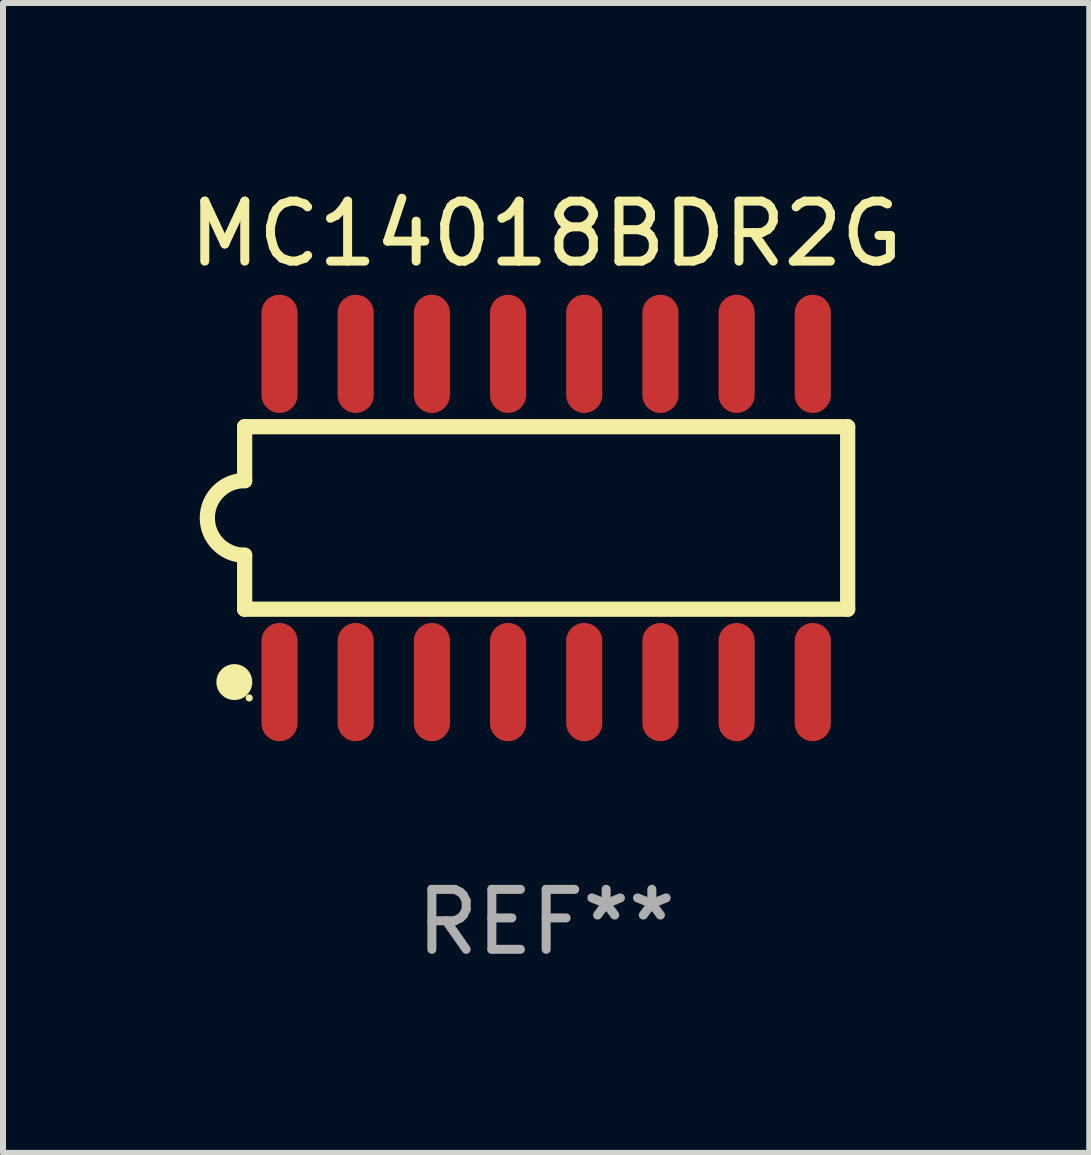
<source format=kicad_pcb>
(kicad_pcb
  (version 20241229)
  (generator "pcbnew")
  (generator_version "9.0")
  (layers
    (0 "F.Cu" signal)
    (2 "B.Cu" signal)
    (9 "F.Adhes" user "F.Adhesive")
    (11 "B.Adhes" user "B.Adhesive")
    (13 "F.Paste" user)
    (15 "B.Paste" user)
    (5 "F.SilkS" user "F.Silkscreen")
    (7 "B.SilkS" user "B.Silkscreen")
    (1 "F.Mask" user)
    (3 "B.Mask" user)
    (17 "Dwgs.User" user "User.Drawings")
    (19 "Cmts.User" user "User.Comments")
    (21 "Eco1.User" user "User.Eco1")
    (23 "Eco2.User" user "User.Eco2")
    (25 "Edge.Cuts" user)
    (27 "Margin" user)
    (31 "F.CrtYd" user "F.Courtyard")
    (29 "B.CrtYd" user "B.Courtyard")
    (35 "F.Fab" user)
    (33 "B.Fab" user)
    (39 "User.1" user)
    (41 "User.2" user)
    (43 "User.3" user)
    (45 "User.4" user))
  (footprint "MC14018BDR2G"
    (layer "F.Cu")
    (at 6.054 5.584)
    (property "Reference" "MC14018BDR2G" (at 0 -4.736 0) (layer "F.SilkS") (effects (font (size 1 1) (thickness 0.15))))
    (attr through_hole)
    (fp_line (start -5.026 -1.521) (end -5.026 -0.621) (stroke (width 0.254) (type solid)) (layer "F.SilkS"))
    (fp_line (start -5.026 -1.521) (end 5.026 -1.521) (stroke (width 0.254) (type solid)) (layer "F.SilkS"))
    (fp_line (start -5.026 1.521) (end -5.026 0.621) (stroke (width 0.254) (type solid)) (layer "F.SilkS"))
    (fp_line (start 5.026 -1.521) (end 5.026 1.521) (stroke (width 0.254) (type solid)) (layer "F.SilkS"))
    (fp_line (start 5.026 1.521) (end -5.026 1.521) (stroke (width 0.254) (type solid)) (layer "F.SilkS"))
    (fp_arc (start -5.026187 0.621387) (mid -5.647752 -0.000787) (end -5.025781 -0.622555) (stroke (width 0.254001) (type solid)) (layer "F.SilkS"))
    (fp_circle (center -5.198 2.736) (end -5.048 2.736) (stroke (width 0.3) (type solid)) (fill no) (layer "F.SilkS"))
    (fp_circle (center -4.95 3) (end -4.92 3) (stroke (width 0.06) (type solid)) (fill no) (layer "F.SilkS"))
    (fp_text user "REF**" (at 0 6.736 0) (layer "F.Fab") (effects (font (size 1 1) (thickness 0.15))))
    (pad "1" smd oval (at -4.445 2.736) (size 0.602 1.971) (layers "F.Cu" "F.Mask" "F.Paste"))
    (pad "2" smd oval (at -3.175 2.736) (size 0.602 1.971) (layers "F.Cu" "F.Mask" "F.Paste"))
    (pad "3" smd oval (at -1.905 2.736) (size 0.602 1.971) (layers "F.Cu" "F.Mask" "F.Paste"))
    (pad "4" smd oval (at -0.635 2.736) (size 0.602 1.971) (layers "F.Cu" "F.Mask" "F.Paste"))
    (pad "5" smd oval (at 0.635 2.736) (size 0.602 1.971) (layers "F.Cu" "F.Mask" "F.Paste"))
    (pad "6" smd oval (at 1.905 2.736) (size 0.602 1.971) (layers "F.Cu" "F.Mask" "F.Paste"))
    (pad "7" smd oval (at 3.175 2.736) (size 0.602 1.971) (layers "F.Cu" "F.Mask" "F.Paste"))
    (pad "8" smd oval (at 4.445 2.736) (size 0.602 1.971) (layers "F.Cu" "F.Mask" "F.Paste"))
    (pad "9" smd oval (at 4.445 -2.736) (size 0.602 1.971) (layers "F.Cu" "F.Mask" "F.Paste"))
    (pad "10" smd oval (at 3.175 -2.736) (size 0.602 1.971) (layers "F.Cu" "F.Mask" "F.Paste"))
    (pad "11" smd oval (at 1.905 -2.736) (size 0.602 1.971) (layers "F.Cu" "F.Mask" "F.Paste"))
    (pad "12" smd oval (at 0.635 -2.736) (size 0.602 1.971) (layers "F.Cu" "F.Mask" "F.Paste"))
    (pad "13" smd oval (at -0.635 -2.736) (size 0.602 1.971) (layers "F.Cu" "F.Mask" "F.Paste"))
    (pad "14" smd oval (at -1.905 -2.736) (size 0.602 1.971) (layers "F.Cu" "F.Mask" "F.Paste"))
    (pad "15" smd oval (at -3.175 -2.736) (size 0.602 1.971) (layers "F.Cu" "F.Mask" "F.Paste"))
    (pad "16" smd oval (at -4.445 -2.736) (size 0.602 1.971) (layers "F.Cu" "F.Mask" "F.Paste")))
  (gr_rect
    (start -3 -3)
    (end 15.107 16.168)
    (stroke (width 0.1) (type default))
    (fill no)
    (layer "Edge.Cuts")))
</source>
